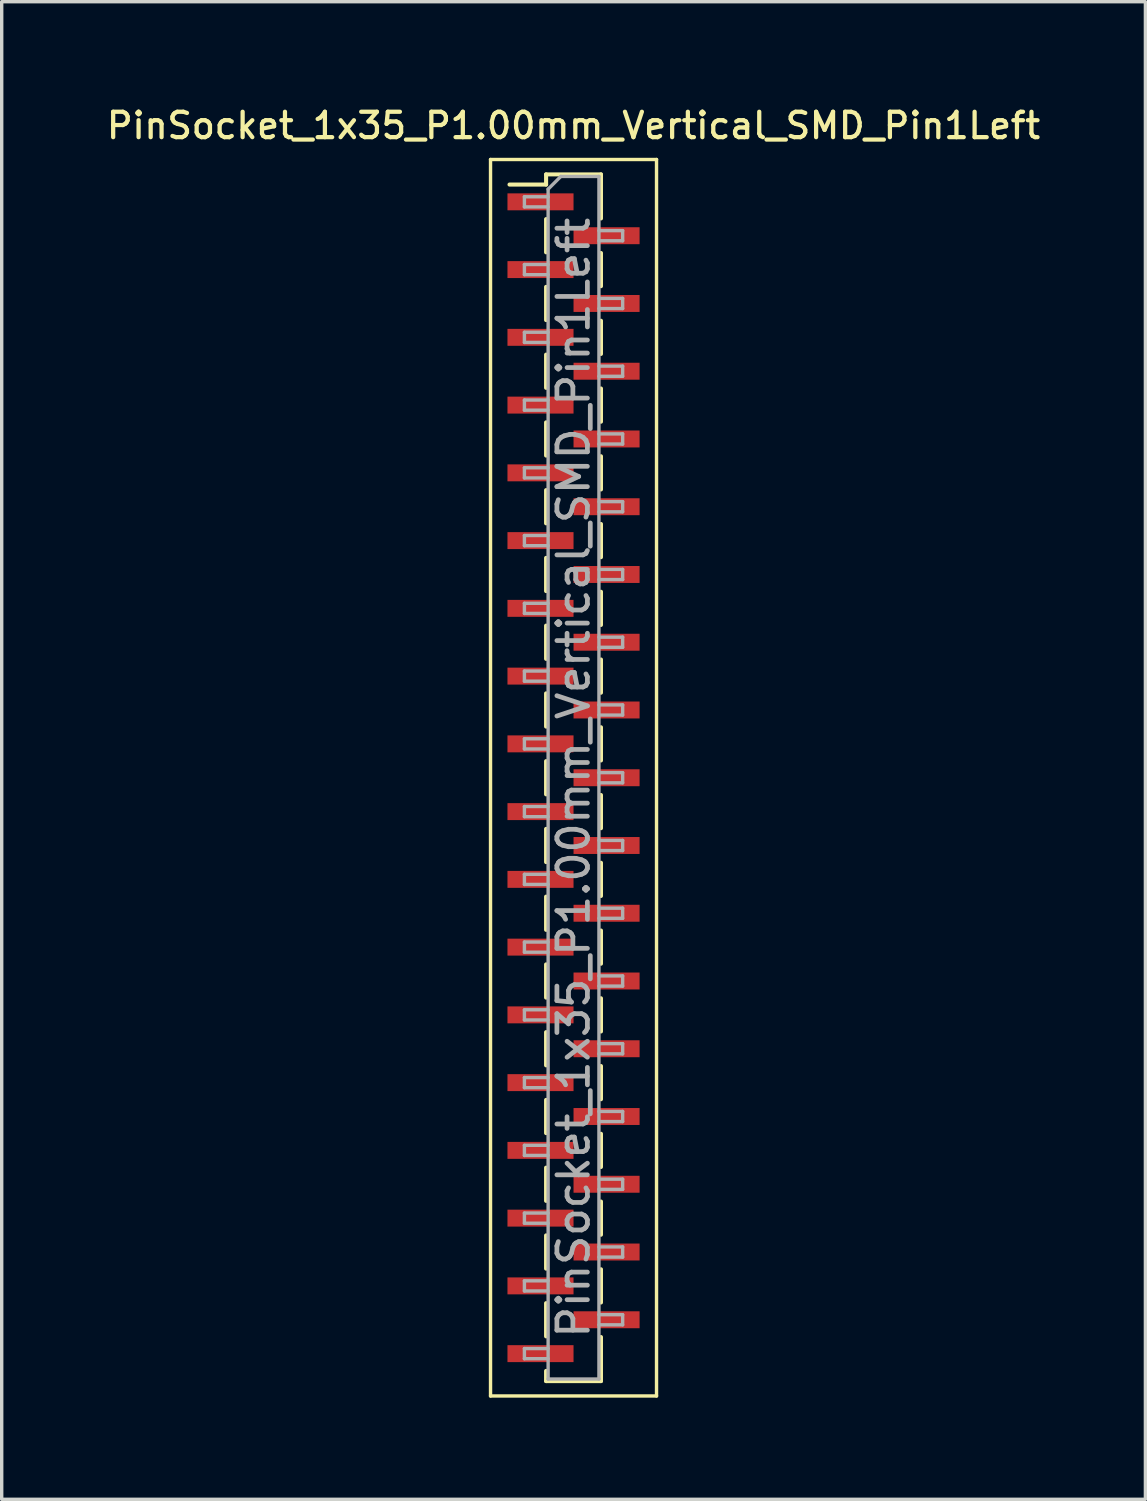
<source format=kicad_pcb>
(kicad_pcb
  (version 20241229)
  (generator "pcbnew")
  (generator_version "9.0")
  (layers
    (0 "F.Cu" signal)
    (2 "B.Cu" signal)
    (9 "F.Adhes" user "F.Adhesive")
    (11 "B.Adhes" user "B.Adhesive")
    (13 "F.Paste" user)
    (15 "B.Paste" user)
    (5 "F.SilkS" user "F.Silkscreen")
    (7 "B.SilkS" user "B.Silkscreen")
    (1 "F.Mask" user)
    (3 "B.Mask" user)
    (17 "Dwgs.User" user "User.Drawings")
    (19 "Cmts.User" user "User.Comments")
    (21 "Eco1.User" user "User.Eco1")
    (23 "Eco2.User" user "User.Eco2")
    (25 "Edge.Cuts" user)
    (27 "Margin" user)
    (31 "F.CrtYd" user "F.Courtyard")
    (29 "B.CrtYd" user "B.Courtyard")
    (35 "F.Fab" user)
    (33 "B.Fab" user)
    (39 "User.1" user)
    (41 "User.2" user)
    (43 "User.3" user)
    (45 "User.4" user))
  (footprint "PinSocket_1x35_P1.00mm_Vertical_SMD_Pin1Left"
    (layer "F.Cu")
    (at 13.88 19.908)
    (property "Reference" "PinSocket_1x35_P1.00mm_Vertical_SMD_Pin1Left" (at 0 -19.25 0) (layer "F.SilkS") (effects (font (size 0.75 0.75) (thickness 0.125))))
    (attr smd)
    (fp_line (start -2.45 -18.25) (end 2.45 -18.25) (stroke (width 0.1) (type solid)) (layer "F.SilkS"))
    (fp_line (start -2.45 18.25) (end -2.45 -18.25) (stroke (width 0.1) (type solid)) (layer "F.SilkS"))
    (fp_line (start -1.89 -17.51) (end -0.81 -17.51) (stroke (width 0.12) (type solid)) (layer "F.SilkS"))
    (fp_line (start -0.81 -17.81) (end -0.81 -17.51) (stroke (width 0.12) (type solid)) (layer "F.SilkS"))
    (fp_line (start -0.81 -17.81) (end 0.81 -17.81) (stroke (width 0.12) (type solid)) (layer "F.SilkS"))
    (fp_line (start -0.81 -16.49) (end -0.81 -15.51) (stroke (width 0.12) (type solid)) (layer "F.SilkS"))
    (fp_line (start -0.81 -14.49) (end -0.81 -13.51) (stroke (width 0.12) (type solid)) (layer "F.SilkS"))
    (fp_line (start -0.81 -12.49) (end -0.81 -11.51) (stroke (width 0.12) (type solid)) (layer "F.SilkS"))
    (fp_line (start -0.81 -10.49) (end -0.81 -9.51) (stroke (width 0.12) (type solid)) (layer "F.SilkS"))
    (fp_line (start -0.81 -8.49) (end -0.81 -7.51) (stroke (width 0.12) (type solid)) (layer "F.SilkS"))
    (fp_line (start -0.81 -6.49) (end -0.81 -5.51) (stroke (width 0.12) (type solid)) (layer "F.SilkS"))
    (fp_line (start -0.81 -4.49) (end -0.81 -3.51) (stroke (width 0.12) (type solid)) (layer "F.SilkS"))
    (fp_line (start -0.81 -2.49) (end -0.81 -1.51) (stroke (width 0.12) (type solid)) (layer "F.SilkS"))
    (fp_line (start -0.81 -0.49) (end -0.81 0.49) (stroke (width 0.12) (type solid)) (layer "F.SilkS"))
    (fp_line (start -0.81 1.51) (end -0.81 2.49) (stroke (width 0.12) (type solid)) (layer "F.SilkS"))
    (fp_line (start -0.81 3.51) (end -0.81 4.49) (stroke (width 0.12) (type solid)) (layer "F.SilkS"))
    (fp_line (start -0.81 5.51) (end -0.81 6.49) (stroke (width 0.12) (type solid)) (layer "F.SilkS"))
    (fp_line (start -0.81 7.51) (end -0.81 8.49) (stroke (width 0.12) (type solid)) (layer "F.SilkS"))
    (fp_line (start -0.81 9.51) (end -0.81 10.49) (stroke (width 0.12) (type solid)) (layer "F.SilkS"))
    (fp_line (start -0.81 11.51) (end -0.81 12.49) (stroke (width 0.12) (type solid)) (layer "F.SilkS"))
    (fp_line (start -0.81 13.51) (end -0.81 14.49) (stroke (width 0.12) (type solid)) (layer "F.SilkS"))
    (fp_line (start -0.81 15.51) (end -0.81 16.49) (stroke (width 0.12) (type solid)) (layer "F.SilkS"))
    (fp_line (start -0.81 17.51) (end -0.81 17.81) (stroke (width 0.12) (type solid)) (layer "F.SilkS"))
    (fp_line (start -0.81 17.81) (end 0.81 17.81) (stroke (width 0.12) (type solid)) (layer "F.SilkS"))
    (fp_line (start 0.81 -17.81) (end 0.81 -16.51) (stroke (width 0.12) (type solid)) (layer "F.SilkS"))
    (fp_line (start 0.81 -15.49) (end 0.81 -14.51) (stroke (width 0.12) (type solid)) (layer "F.SilkS"))
    (fp_line (start 0.81 -13.49) (end 0.81 -12.51) (stroke (width 0.12) (type solid)) (layer "F.SilkS"))
    (fp_line (start 0.81 -11.49) (end 0.81 -10.51) (stroke (width 0.12) (type solid)) (layer "F.SilkS"))
    (fp_line (start 0.81 -9.49) (end 0.81 -8.51) (stroke (width 0.12) (type solid)) (layer "F.SilkS"))
    (fp_line (start 0.81 -7.49) (end 0.81 -6.51) (stroke (width 0.12) (type solid)) (layer "F.SilkS"))
    (fp_line (start 0.81 -5.49) (end 0.81 -4.51) (stroke (width 0.12) (type solid)) (layer "F.SilkS"))
    (fp_line (start 0.81 -3.49) (end 0.81 -2.51) (stroke (width 0.12) (type solid)) (layer "F.SilkS"))
    (fp_line (start 0.81 -1.49) (end 0.81 -0.51) (stroke (width 0.12) (type solid)) (layer "F.SilkS"))
    (fp_line (start 0.81 0.51) (end 0.81 1.49) (stroke (width 0.12) (type solid)) (layer "F.SilkS"))
    (fp_line (start 0.81 2.51) (end 0.81 3.49) (stroke (width 0.12) (type solid)) (layer "F.SilkS"))
    (fp_line (start 0.81 4.51) (end 0.81 5.49) (stroke (width 0.12) (type solid)) (layer "F.SilkS"))
    (fp_line (start 0.81 6.51) (end 0.81 7.49) (stroke (width 0.12) (type solid)) (layer "F.SilkS"))
    (fp_line (start 0.81 8.51) (end 0.81 9.49) (stroke (width 0.12) (type solid)) (layer "F.SilkS"))
    (fp_line (start 0.81 10.51) (end 0.81 11.49) (stroke (width 0.12) (type solid)) (layer "F.SilkS"))
    (fp_line (start 0.81 12.51) (end 0.81 13.49) (stroke (width 0.12) (type solid)) (layer "F.SilkS"))
    (fp_line (start 0.81 14.51) (end 0.81 15.49) (stroke (width 0.12) (type solid)) (layer "F.SilkS"))
    (fp_line (start 0.81 16.51) (end 0.81 17.81) (stroke (width 0.12) (type solid)) (layer "F.SilkS"))
    (fp_line (start 2.45 -18.25) (end 2.45 18.25) (stroke (width 0.1) (type solid)) (layer "F.SilkS"))
    (fp_line (start 2.45 18.25) (end -2.45 18.25) (stroke (width 0.1) (type solid)) (layer "F.SilkS"))
    (fp_line (start -1.45 -17.15) (end -0.75 -17.15) (stroke (width 0.1) (type solid)) (layer "F.Fab"))
    (fp_line (start -1.45 -16.85) (end -1.45 -17.15) (stroke (width 0.1) (type solid)) (layer "F.Fab"))
    (fp_line (start -1.45 -15.15) (end -0.75 -15.15) (stroke (width 0.1) (type solid)) (layer "F.Fab"))
    (fp_line (start -1.45 -14.85) (end -1.45 -15.15) (stroke (width 0.1) (type solid)) (layer "F.Fab"))
    (fp_line (start -1.45 -13.15) (end -0.75 -13.15) (stroke (width 0.1) (type solid)) (layer "F.Fab"))
    (fp_line (start -1.45 -12.85) (end -1.45 -13.15) (stroke (width 0.1) (type solid)) (layer "F.Fab"))
    (fp_line (start -1.45 -11.15) (end -0.75 -11.15) (stroke (width 0.1) (type solid)) (layer "F.Fab"))
    (fp_line (start -1.45 -10.85) (end -1.45 -11.15) (stroke (width 0.1) (type solid)) (layer "F.Fab"))
    (fp_line (start -1.45 -9.15) (end -0.75 -9.15) (stroke (width 0.1) (type solid)) (layer "F.Fab"))
    (fp_line (start -1.45 -8.85) (end -1.45 -9.15) (stroke (width 0.1) (type solid)) (layer "F.Fab"))
    (fp_line (start -1.45 -7.15) (end -0.75 -7.15) (stroke (width 0.1) (type solid)) (layer "F.Fab"))
    (fp_line (start -1.45 -6.85) (end -1.45 -7.15) (stroke (width 0.1) (type solid)) (layer "F.Fab"))
    (fp_line (start -1.45 -5.15) (end -0.75 -5.15) (stroke (width 0.1) (type solid)) (layer "F.Fab"))
    (fp_line (start -1.45 -4.85) (end -1.45 -5.15) (stroke (width 0.1) (type solid)) (layer "F.Fab"))
    (fp_line (start -1.45 -3.15) (end -0.75 -3.15) (stroke (width 0.1) (type solid)) (layer "F.Fab"))
    (fp_line (start -1.45 -2.85) (end -1.45 -3.15) (stroke (width 0.1) (type solid)) (layer "F.Fab"))
    (fp_line (start -1.45 -1.15) (end -0.75 -1.15) (stroke (width 0.1) (type solid)) (layer "F.Fab"))
    (fp_line (start -1.45 -0.85) (end -1.45 -1.15) (stroke (width 0.1) (type solid)) (layer "F.Fab"))
    (fp_line (start -1.45 0.85) (end -0.75 0.85) (stroke (width 0.1) (type solid)) (layer "F.Fab"))
    (fp_line (start -1.45 1.15) (end -1.45 0.85) (stroke (width 0.1) (type solid)) (layer "F.Fab"))
    (fp_line (start -1.45 2.85) (end -0.75 2.85) (stroke (width 0.1) (type solid)) (layer "F.Fab"))
    (fp_line (start -1.45 3.15) (end -1.45 2.85) (stroke (width 0.1) (type solid)) (layer "F.Fab"))
    (fp_line (start -1.45 4.85) (end -0.75 4.85) (stroke (width 0.1) (type solid)) (layer "F.Fab"))
    (fp_line (start -1.45 5.15) (end -1.45 4.85) (stroke (width 0.1) (type solid)) (layer "F.Fab"))
    (fp_line (start -1.45 6.85) (end -0.75 6.85) (stroke (width 0.1) (type solid)) (layer "F.Fab"))
    (fp_line (start -1.45 7.15) (end -1.45 6.85) (stroke (width 0.1) (type solid)) (layer "F.Fab"))
    (fp_line (start -1.45 8.85) (end -0.75 8.85) (stroke (width 0.1) (type solid)) (layer "F.Fab"))
    (fp_line (start -1.45 9.15) (end -1.45 8.85) (stroke (width 0.1) (type solid)) (layer "F.Fab"))
    (fp_line (start -1.45 10.85) (end -0.75 10.85) (stroke (width 0.1) (type solid)) (layer "F.Fab"))
    (fp_line (start -1.45 11.15) (end -1.45 10.85) (stroke (width 0.1) (type solid)) (layer "F.Fab"))
    (fp_line (start -1.45 12.85) (end -0.75 12.85) (stroke (width 0.1) (type solid)) (layer "F.Fab"))
    (fp_line (start -1.45 13.15) (end -1.45 12.85) (stroke (width 0.1) (type solid)) (layer "F.Fab"))
    (fp_line (start -1.45 14.85) (end -0.75 14.85) (stroke (width 0.1) (type solid)) (layer "F.Fab"))
    (fp_line (start -1.45 15.15) (end -1.45 14.85) (stroke (width 0.1) (type solid)) (layer "F.Fab"))
    (fp_line (start -1.45 16.85) (end -0.75 16.85) (stroke (width 0.1) (type solid)) (layer "F.Fab"))
    (fp_line (start -1.45 17.15) (end -1.45 16.85) (stroke (width 0.1) (type solid)) (layer "F.Fab"))
    (fp_line (start -0.75 -17.375) (end -0.375 -17.75) (stroke (width 0.1) (type solid)) (layer "F.Fab"))
    (fp_line (start -0.75 -16.85) (end -1.45 -16.85) (stroke (width 0.1) (type solid)) (layer "F.Fab"))
    (fp_line (start -0.75 -14.85) (end -1.45 -14.85) (stroke (width 0.1) (type solid)) (layer "F.Fab"))
    (fp_line (start -0.75 -12.85) (end -1.45 -12.85) (stroke (width 0.1) (type solid)) (layer "F.Fab"))
    (fp_line (start -0.75 -10.85) (end -1.45 -10.85) (stroke (width 0.1) (type solid)) (layer "F.Fab"))
    (fp_line (start -0.75 -8.85) (end -1.45 -8.85) (stroke (width 0.1) (type solid)) (layer "F.Fab"))
    (fp_line (start -0.75 -6.85) (end -1.45 -6.85) (stroke (width 0.1) (type solid)) (layer "F.Fab"))
    (fp_line (start -0.75 -4.85) (end -1.45 -4.85) (stroke (width 0.1) (type solid)) (layer "F.Fab"))
    (fp_line (start -0.75 -2.85) (end -1.45 -2.85) (stroke (width 0.1) (type solid)) (layer "F.Fab"))
    (fp_line (start -0.75 -0.85) (end -1.45 -0.85) (stroke (width 0.1) (type solid)) (layer "F.Fab"))
    (fp_line (start -0.75 1.15) (end -1.45 1.15) (stroke (width 0.1) (type solid)) (layer "F.Fab"))
    (fp_line (start -0.75 3.15) (end -1.45 3.15) (stroke (width 0.1) (type solid)) (layer "F.Fab"))
    (fp_line (start -0.75 5.15) (end -1.45 5.15) (stroke (width 0.1) (type solid)) (layer "F.Fab"))
    (fp_line (start -0.75 7.15) (end -1.45 7.15) (stroke (width 0.1) (type solid)) (layer "F.Fab"))
    (fp_line (start -0.75 9.15) (end -1.45 9.15) (stroke (width 0.1) (type solid)) (layer "F.Fab"))
    (fp_line (start -0.75 11.15) (end -1.45 11.15) (stroke (width 0.1) (type solid)) (layer "F.Fab"))
    (fp_line (start -0.75 13.15) (end -1.45 13.15) (stroke (width 0.1) (type solid)) (layer "F.Fab"))
    (fp_line (start -0.75 15.15) (end -1.45 15.15) (stroke (width 0.1) (type solid)) (layer "F.Fab"))
    (fp_line (start -0.75 17.15) (end -1.45 17.15) (stroke (width 0.1) (type solid)) (layer "F.Fab"))
    (fp_line (start -0.75 17.75) (end -0.75 -17.375) (stroke (width 0.1) (type solid)) (layer "F.Fab"))
    (fp_line (start -0.375 -17.75) (end 0.75 -17.75) (stroke (width 0.1) (type solid)) (layer "F.Fab"))
    (fp_line (start 0.75 -17.75) (end 0.75 17.75) (stroke (width 0.1) (type solid)) (layer "F.Fab"))
    (fp_line (start 0.75 -16.15) (end 1.45 -16.15) (stroke (width 0.1) (type solid)) (layer "F.Fab"))
    (fp_line (start 0.75 -14.15) (end 1.45 -14.15) (stroke (width 0.1) (type solid)) (layer "F.Fab"))
    (fp_line (start 0.75 -12.15) (end 1.45 -12.15) (stroke (width 0.1) (type solid)) (layer "F.Fab"))
    (fp_line (start 0.75 -10.15) (end 1.45 -10.15) (stroke (width 0.1) (type solid)) (layer "F.Fab"))
    (fp_line (start 0.75 -8.15) (end 1.45 -8.15) (stroke (width 0.1) (type solid)) (layer "F.Fab"))
    (fp_line (start 0.75 -6.15) (end 1.45 -6.15) (stroke (width 0.1) (type solid)) (layer "F.Fab"))
    (fp_line (start 0.75 -4.15) (end 1.45 -4.15) (stroke (width 0.1) (type solid)) (layer "F.Fab"))
    (fp_line (start 0.75 -2.15) (end 1.45 -2.15) (stroke (width 0.1) (type solid)) (layer "F.Fab"))
    (fp_line (start 0.75 -0.15) (end 1.45 -0.15) (stroke (width 0.1) (type solid)) (layer "F.Fab"))
    (fp_line (start 0.75 1.85) (end 1.45 1.85) (stroke (width 0.1) (type solid)) (layer "F.Fab"))
    (fp_line (start 0.75 3.85) (end 1.45 3.85) (stroke (width 0.1) (type solid)) (layer "F.Fab"))
    (fp_line (start 0.75 5.85) (end 1.45 5.85) (stroke (width 0.1) (type solid)) (layer "F.Fab"))
    (fp_line (start 0.75 7.85) (end 1.45 7.85) (stroke (width 0.1) (type solid)) (layer "F.Fab"))
    (fp_line (start 0.75 9.85) (end 1.45 9.85) (stroke (width 0.1) (type solid)) (layer "F.Fab"))
    (fp_line (start 0.75 11.85) (end 1.45 11.85) (stroke (width 0.1) (type solid)) (layer "F.Fab"))
    (fp_line (start 0.75 13.85) (end 1.45 13.85) (stroke (width 0.1) (type solid)) (layer "F.Fab"))
    (fp_line (start 0.75 15.85) (end 1.45 15.85) (stroke (width 0.1) (type solid)) (layer "F.Fab"))
    (fp_line (start 0.75 17.75) (end -0.75 17.75) (stroke (width 0.1) (type solid)) (layer "F.Fab"))
    (fp_line (start 1.45 -16.15) (end 1.45 -15.85) (stroke (width 0.1) (type solid)) (layer "F.Fab"))
    (fp_line (start 1.45 -15.85) (end 0.75 -15.85) (stroke (width 0.1) (type solid)) (layer "F.Fab"))
    (fp_line (start 1.45 -14.15) (end 1.45 -13.85) (stroke (width 0.1) (type solid)) (layer "F.Fab"))
    (fp_line (start 1.45 -13.85) (end 0.75 -13.85) (stroke (width 0.1) (type solid)) (layer "F.Fab"))
    (fp_line (start 1.45 -12.15) (end 1.45 -11.85) (stroke (width 0.1) (type solid)) (layer "F.Fab"))
    (fp_line (start 1.45 -11.85) (end 0.75 -11.85) (stroke (width 0.1) (type solid)) (layer "F.Fab"))
    (fp_line (start 1.45 -10.15) (end 1.45 -9.85) (stroke (width 0.1) (type solid)) (layer "F.Fab"))
    (fp_line (start 1.45 -9.85) (end 0.75 -9.85) (stroke (width 0.1) (type solid)) (layer "F.Fab"))
    (fp_line (start 1.45 -8.15) (end 1.45 -7.85) (stroke (width 0.1) (type solid)) (layer "F.Fab"))
    (fp_line (start 1.45 -7.85) (end 0.75 -7.85) (stroke (width 0.1) (type solid)) (layer "F.Fab"))
    (fp_line (start 1.45 -6.15) (end 1.45 -5.85) (stroke (width 0.1) (type solid)) (layer "F.Fab"))
    (fp_line (start 1.45 -5.85) (end 0.75 -5.85) (stroke (width 0.1) (type solid)) (layer "F.Fab"))
    (fp_line (start 1.45 -4.15) (end 1.45 -3.85) (stroke (width 0.1) (type solid)) (layer "F.Fab"))
    (fp_line (start 1.45 -3.85) (end 0.75 -3.85) (stroke (width 0.1) (type solid)) (layer "F.Fab"))
    (fp_line (start 1.45 -2.15) (end 1.45 -1.85) (stroke (width 0.1) (type solid)) (layer "F.Fab"))
    (fp_line (start 1.45 -1.85) (end 0.75 -1.85) (stroke (width 0.1) (type solid)) (layer "F.Fab"))
    (fp_line (start 1.45 -0.15) (end 1.45 0.15) (stroke (width 0.1) (type solid)) (layer "F.Fab"))
    (fp_line (start 1.45 0.15) (end 0.75 0.15) (stroke (width 0.1) (type solid)) (layer "F.Fab"))
    (fp_line (start 1.45 1.85) (end 1.45 2.15) (stroke (width 0.1) (type solid)) (layer "F.Fab"))
    (fp_line (start 1.45 2.15) (end 0.75 2.15) (stroke (width 0.1) (type solid)) (layer "F.Fab"))
    (fp_line (start 1.45 3.85) (end 1.45 4.15) (stroke (width 0.1) (type solid)) (layer "F.Fab"))
    (fp_line (start 1.45 4.15) (end 0.75 4.15) (stroke (width 0.1) (type solid)) (layer "F.Fab"))
    (fp_line (start 1.45 5.85) (end 1.45 6.15) (stroke (width 0.1) (type solid)) (layer "F.Fab"))
    (fp_line (start 1.45 6.15) (end 0.75 6.15) (stroke (width 0.1) (type solid)) (layer "F.Fab"))
    (fp_line (start 1.45 7.85) (end 1.45 8.15) (stroke (width 0.1) (type solid)) (layer "F.Fab"))
    (fp_line (start 1.45 8.15) (end 0.75 8.15) (stroke (width 0.1) (type solid)) (layer "F.Fab"))
    (fp_line (start 1.45 9.85) (end 1.45 10.15) (stroke (width 0.1) (type solid)) (layer "F.Fab"))
    (fp_line (start 1.45 10.15) (end 0.75 10.15) (stroke (width 0.1) (type solid)) (layer "F.Fab"))
    (fp_line (start 1.45 11.85) (end 1.45 12.15) (stroke (width 0.1) (type solid)) (layer "F.Fab"))
    (fp_line (start 1.45 12.15) (end 0.75 12.15) (stroke (width 0.1) (type solid)) (layer "F.Fab"))
    (fp_line (start 1.45 13.85) (end 1.45 14.15) (stroke (width 0.1) (type solid)) (layer "F.Fab"))
    (fp_line (start 1.45 14.15) (end 0.75 14.15) (stroke (width 0.1) (type solid)) (layer "F.Fab"))
    (fp_line (start 1.45 15.85) (end 1.45 16.15) (stroke (width 0.1) (type solid)) (layer "F.Fab"))
    (fp_line (start 1.45 16.15) (end 0.75 16.15) (stroke (width 0.1) (type solid)) (layer "F.Fab"))
    (fp_text user "${REFERENCE}" (at 0 0 90) (layer "F.Fab") (effects (font (size 0.9 0.9) (thickness 0.14))))
    (pad "1" smd rect (at -0.975 -17) (size 1.95 0.5) (layers "F.Cu" "F.Mask" "F.Paste"))
    (pad "2" smd rect (at 0.975 -16) (size 1.95 0.5) (layers "F.Cu" "F.Mask" "F.Paste"))
    (pad "3" smd rect (at -0.975 -15) (size 1.95 0.5) (layers "F.Cu" "F.Mask" "F.Paste"))
    (pad "4" smd rect (at 0.975 -14) (size 1.95 0.5) (layers "F.Cu" "F.Mask" "F.Paste"))
    (pad "5" smd rect (at -0.975 -13) (size 1.95 0.5) (layers "F.Cu" "F.Mask" "F.Paste"))
    (pad "6" smd rect (at 0.975 -12) (size 1.95 0.5) (layers "F.Cu" "F.Mask" "F.Paste"))
    (pad "7" smd rect (at -0.975 -11) (size 1.95 0.5) (layers "F.Cu" "F.Mask" "F.Paste"))
    (pad "8" smd rect (at 0.975 -10) (size 1.95 0.5) (layers "F.Cu" "F.Mask" "F.Paste"))
    (pad "9" smd rect (at -0.975 -9) (size 1.95 0.5) (layers "F.Cu" "F.Mask" "F.Paste"))
    (pad "10" smd rect (at 0.975 -8) (size 1.95 0.5) (layers "F.Cu" "F.Mask" "F.Paste"))
    (pad "11" smd rect (at -0.975 -7) (size 1.95 0.5) (layers "F.Cu" "F.Mask" "F.Paste"))
    (pad "12" smd rect (at 0.975 -6) (size 1.95 0.5) (layers "F.Cu" "F.Mask" "F.Paste"))
    (pad "13" smd rect (at -0.975 -5) (size 1.95 0.5) (layers "F.Cu" "F.Mask" "F.Paste"))
    (pad "14" smd rect (at 0.975 -4) (size 1.95 0.5) (layers "F.Cu" "F.Mask" "F.Paste"))
    (pad "15" smd rect (at -0.975 -3) (size 1.95 0.5) (layers "F.Cu" "F.Mask" "F.Paste"))
    (pad "16" smd rect (at 0.975 -2) (size 1.95 0.5) (layers "F.Cu" "F.Mask" "F.Paste"))
    (pad "17" smd rect (at -0.975 -1) (size 1.95 0.5) (layers "F.Cu" "F.Mask" "F.Paste"))
    (pad "18" smd rect (at 0.975 0) (size 1.95 0.5) (layers "F.Cu" "F.Mask" "F.Paste"))
    (pad "19" smd rect (at -0.975 1) (size 1.95 0.5) (layers "F.Cu" "F.Mask" "F.Paste"))
    (pad "20" smd rect (at 0.975 2) (size 1.95 0.5) (layers "F.Cu" "F.Mask" "F.Paste"))
    (pad "21" smd rect (at -0.975 3) (size 1.95 0.5) (layers "F.Cu" "F.Mask" "F.Paste"))
    (pad "22" smd rect (at 0.975 4) (size 1.95 0.5) (layers "F.Cu" "F.Mask" "F.Paste"))
    (pad "23" smd rect (at -0.975 5) (size 1.95 0.5) (layers "F.Cu" "F.Mask" "F.Paste"))
    (pad "24" smd rect (at 0.975 6) (size 1.95 0.5) (layers "F.Cu" "F.Mask" "F.Paste"))
    (pad "25" smd rect (at -0.975 7) (size 1.95 0.5) (layers "F.Cu" "F.Mask" "F.Paste"))
    (pad "26" smd rect (at 0.975 8) (size 1.95 0.5) (layers "F.Cu" "F.Mask" "F.Paste"))
    (pad "27" smd rect (at -0.975 9) (size 1.95 0.5) (layers "F.Cu" "F.Mask" "F.Paste"))
    (pad "28" smd rect (at 0.975 10) (size 1.95 0.5) (layers "F.Cu" "F.Mask" "F.Paste"))
    (pad "29" smd rect (at -0.975 11) (size 1.95 0.5) (layers "F.Cu" "F.Mask" "F.Paste"))
    (pad "30" smd rect (at 0.975 12) (size 1.95 0.5) (layers "F.Cu" "F.Mask" "F.Paste"))
    (pad "31" smd rect (at -0.975 13) (size 1.95 0.5) (layers "F.Cu" "F.Mask" "F.Paste"))
    (pad "32" smd rect (at 0.975 14) (size 1.95 0.5) (layers "F.Cu" "F.Mask" "F.Paste"))
    (pad "33" smd rect (at -0.975 15) (size 1.95 0.5) (layers "F.Cu" "F.Mask" "F.Paste"))
    (pad "34" smd rect (at 0.975 16) (size 1.95 0.5) (layers "F.Cu" "F.Mask" "F.Paste"))
    (pad "35" smd rect (at -0.975 17) (size 1.95 0.5) (layers "F.Cu" "F.Mask" "F.Paste")))
  (gr_rect
    (start -3 -3)
    (end 30.761 41.208)
    (stroke (width 0.1) (type default))
    (fill no)
    (layer "Edge.Cuts")))
</source>
